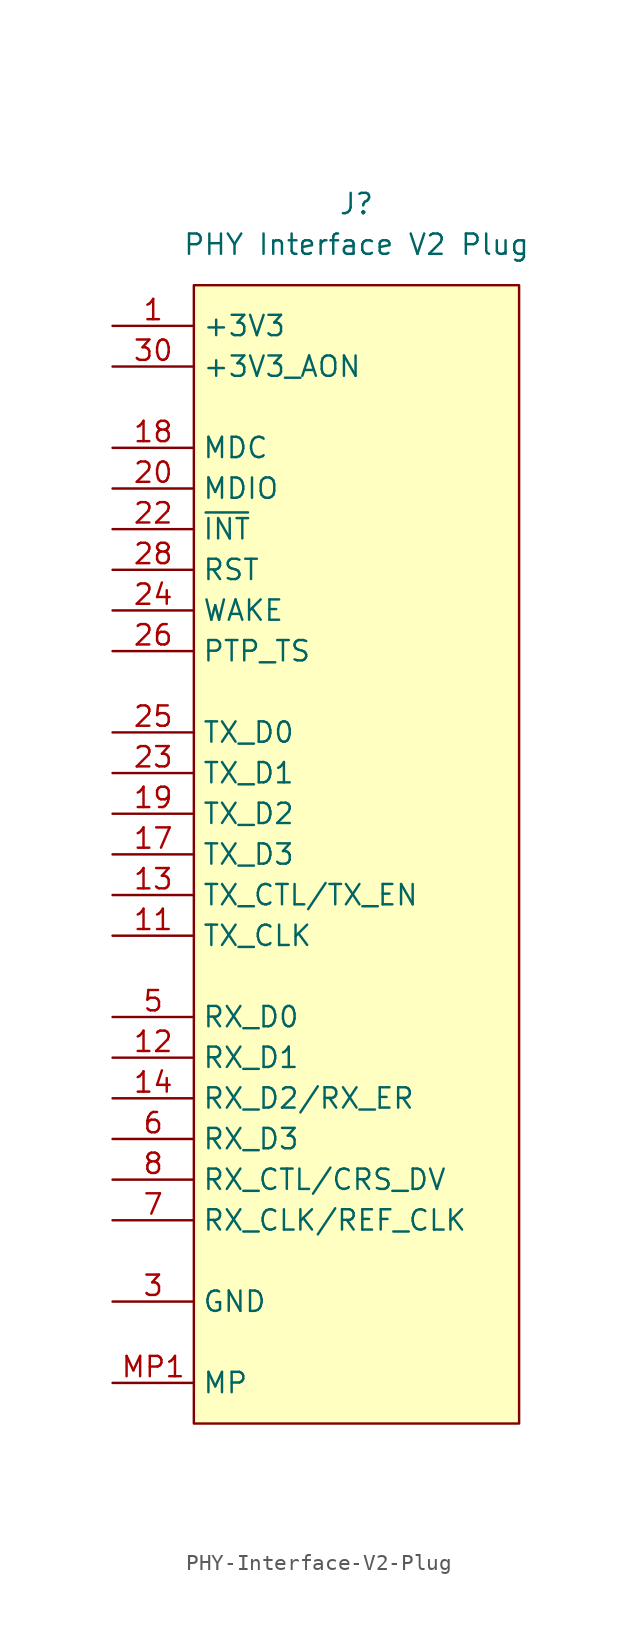
<source format=kicad_sym>
(kicad_symbol_lib
  (version 20241209)
  (generator "kicad_symbol_editor")
  (generator_version "9.0")
  (symbol "PHY-Interface-V2-Plug"
    (property "Reference" "J"
      (at 0 5.08 0)
      (effects (font (size 1.27 1.27))))
    (property "Value" "PHY Interface V2 Plug"
      (at 0 2.54 0)
      (effects (font (size 1.27 1.27))))
    (symbol "PHY-Interface-V2-Plug_1_1"
      (rectangle (start -10.16 0) (end 10.16 -71.12) (stroke (width 0) (type solid)) (fill (type background)))
      (pin power_in line (at -15.24 -2.54 0) (length 5.08) (name "+3V3" (effects (font (size 1.27 1.27)))) (number "1" (effects (font (size 1.27 1.27)))))
      (pin power_in line (at -15.24 -2.54 0) (length 5.08) (hide yes) (name "+3V3" (effects (font (size 1.27 1.27)))) (number "2" (effects (font (size 1.27 1.27)))))
      (pin power_in line (at -15.24 -2.54 0) (length 5.08) (hide yes) (name "+3V3" (effects (font (size 1.27 1.27)))) (number "29" (effects (font (size 1.27 1.27)))))
      (pin power_in line (at -15.24 -5.08 0) (length 5.08) (name "+3V3_AON" (effects (font (size 1.27 1.27)))) (number "30" (effects (font (size 1.27 1.27)))))
      (pin output line (at -15.24 -10.16 0) (length 5.08) (name "MDC" (effects (font (size 1.27 1.27)))) (number "18" (effects (font (size 1.27 1.27)))))
      (pin bidirectional line (at -15.24 -12.7 0) (length 5.08) (name "MDIO" (effects (font (size 1.27 1.27)))) (number "20" (effects (font (size 1.27 1.27)))))
      (pin input line (at -15.24 -15.24 0) (length 5.08) (name "~{INT}" (effects (font (size 1.27 1.27)))) (number "22" (effects (font (size 1.27 1.27)))))
      (pin output line (at -15.24 -17.78 0) (length 5.08) (name "RST" (effects (font (size 1.27 1.27)))) (number "28" (effects (font (size 1.27 1.27)))))
      (pin output line (at -15.24 -20.32 0) (length 5.08) (name "WAKE" (effects (font (size 1.27 1.27)))) (number "24" (effects (font (size 1.27 1.27)))))
      (pin input line (at -15.24 -22.86 0) (length 5.08) (name "PTP_TS" (effects (font (size 1.27 1.27)))) (number "26" (effects (font (size 1.27 1.27)))))
      (pin output line (at -15.24 -27.94 0) (length 5.08) (name "TX_D0" (effects (font (size 1.27 1.27)))) (number "25" (effects (font (size 1.27 1.27)))))
      (pin output line (at -15.24 -30.48 0) (length 5.08) (name "TX_D1" (effects (font (size 1.27 1.27)))) (number "23" (effects (font (size 1.27 1.27)))))
      (pin output line (at -15.24 -33.02 0) (length 5.08) (name "TX_D2" (effects (font (size 1.27 1.27)))) (number "19" (effects (font (size 1.27 1.27)))))
      (pin output line (at -15.24 -35.56 0) (length 5.08) (name "TX_D3" (effects (font (size 1.27 1.27)))) (number "17" (effects (font (size 1.27 1.27)))))
      (pin output line (at -15.24 -38.1 0) (length 5.08) (name "TX_CTL/TX_EN" (effects (font (size 1.27 1.27)))) (number "13" (effects (font (size 1.27 1.27)))))
      (pin output line (at -15.24 -40.64 0) (length 5.08) (name "TX_CLK" (effects (font (size 1.27 1.27)))) (number "11" (effects (font (size 1.27 1.27)))))
      (pin input line (at -15.24 -45.72 0) (length 5.08) (name "RX_D0" (effects (font (size 1.27 1.27)))) (number "5" (effects (font (size 1.27 1.27)))))
      (pin input line (at -15.24 -48.26 0) (length 5.08) (name "RX_D1" (effects (font (size 1.27 1.27)))) (number "12" (effects (font (size 1.27 1.27)))))
      (pin input line (at -15.24 -50.8 0) (length 5.08) (name "RX_D2/RX_ER" (effects (font (size 1.27 1.27)))) (number "14" (effects (font (size 1.27 1.27)))))
      (pin input line (at -15.24 -53.34 0) (length 5.08) (name "RX_D3" (effects (font (size 1.27 1.27)))) (number "6" (effects (font (size 1.27 1.27)))))
      (pin input line (at -15.24 -55.88 0) (length 5.08) (name "RX_CTL/CRS_DV" (effects (font (size 1.27 1.27)))) (number "8" (effects (font (size 1.27 1.27)))))
      (pin input line (at -15.24 -58.42 0) (length 5.08) (name "RX_CLK/REF_CLK" (effects (font (size 1.27 1.27)))) (number "7" (effects (font (size 1.27 1.27)))))
      (pin passive line (at -15.24 -63.5 0) (length 5.08) (hide yes) (name "GND" (effects (font (size 1.27 1.27)))) (number "10" (effects (font (size 1.27 1.27)))))
      (pin passive line (at -15.24 -63.5 0) (length 5.08) (hide yes) (name "GND" (effects (font (size 1.27 1.27)))) (number "15" (effects (font (size 1.27 1.27)))))
      (pin passive line (at -15.24 -63.5 0) (length 5.08) (hide yes) (name "GND" (effects (font (size 1.27 1.27)))) (number "16" (effects (font (size 1.27 1.27)))))
      (pin passive line (at -15.24 -63.5 0) (length 5.08) (hide yes) (name "GND" (effects (font (size 1.27 1.27)))) (number "21" (effects (font (size 1.27 1.27)))))
      (pin passive line (at -15.24 -63.5 0) (length 5.08) (hide yes) (name "GND" (effects (font (size 1.27 1.27)))) (number "27" (effects (font (size 1.27 1.27)))))
      (pin passive line (at -15.24 -63.5 0) (length 5.08) (name "GND" (effects (font (size 1.27 1.27)))) (number "3" (effects (font (size 1.27 1.27)))))
      (pin passive line (at -15.24 -63.5 0) (length 5.08) (hide yes) (name "GND" (effects (font (size 1.27 1.27)))) (number "4" (effects (font (size 1.27 1.27)))))
      (pin passive line (at -15.24 -63.5 0) (length 5.08) (hide yes) (name "GND" (effects (font (size 1.27 1.27)))) (number "9" (effects (font (size 1.27 1.27)))))
      (pin passive line (at -15.24 -68.58 0) (length 5.08) (name "MP" (effects (font (size 1.27 1.27)))) (number "MP1" (effects (font (size 1.27 1.27)))))
      (pin passive line (at -15.24 -68.58 0) (length 5.08) (hide yes) (name "MP" (effects (font (size 1.27 1.27)))) (number "MP2" (effects (font (size 1.27 1.27))))))))
</source>
